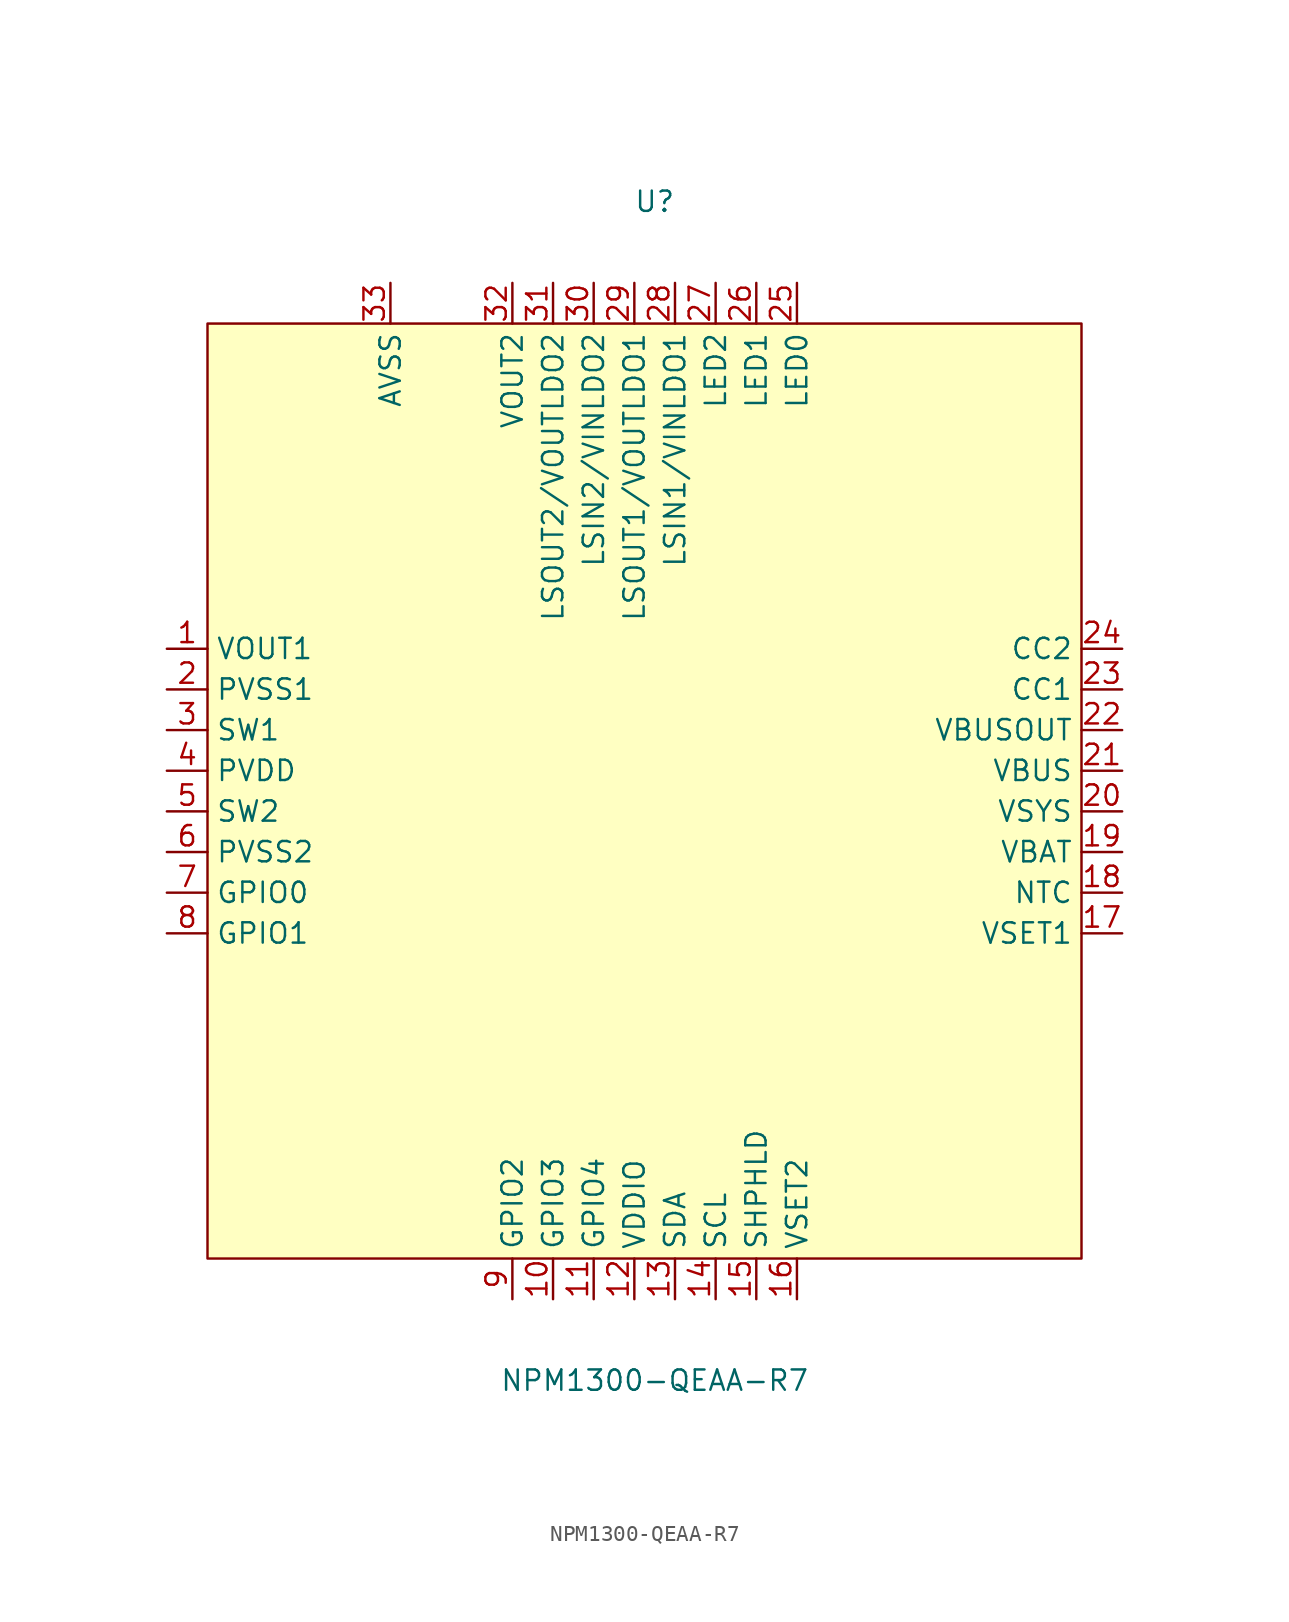
<source format=kicad_sym>
(kicad_symbol_lib
  (version 20241209)
  (generator "kicad_symbol_editor")
  (generator_version "9.0")
  (symbol "NPM1300-QEAA-R7"
    (property "Reference" "U"
      (at 0 36.83 0)
      (effects (font (size 1.27 1.27))))
    (property "Value" "NPM1300-QEAA-R7"
      (at 0 -36.83 0)
      (effects (font (size 1.27 1.27))))
    (symbol "NPM1300-QEAA-R7_0_1"
      (rectangle (start -27.94 29.21) (end 26.67 -29.21) (stroke (width 0) (type default)) (fill (type background)))
      (pin unspecified line (at -30.48 8.89 0) (length 2.54) (name "VOUT1" (effects (font (size 1.27 1.27)))) (number "1" (effects (font (size 1.27 1.27)))))
      (pin unspecified line (at -30.48 6.35 0) (length 2.54) (name "PVSS1" (effects (font (size 1.27 1.27)))) (number "2" (effects (font (size 1.27 1.27)))))
      (pin unspecified line (at -30.48 3.81 0) (length 2.54) (name "SW1" (effects (font (size 1.27 1.27)))) (number "3" (effects (font (size 1.27 1.27)))))
      (pin unspecified line (at -30.48 1.27 0) (length 2.54) (name "PVDD" (effects (font (size 1.27 1.27)))) (number "4" (effects (font (size 1.27 1.27)))))
      (pin unspecified line (at -30.48 -1.27 0) (length 2.54) (name "SW2" (effects (font (size 1.27 1.27)))) (number "5" (effects (font (size 1.27 1.27)))))
      (pin unspecified line (at -30.48 -3.81 0) (length 2.54) (name "PVSS2" (effects (font (size 1.27 1.27)))) (number "6" (effects (font (size 1.27 1.27)))))
      (pin unspecified line (at -30.48 -6.35 0) (length 2.54) (name "GPIO0" (effects (font (size 1.27 1.27)))) (number "7" (effects (font (size 1.27 1.27)))))
      (pin unspecified line (at -30.48 -8.89 0) (length 2.54) (name "GPIO1" (effects (font (size 1.27 1.27)))) (number "8" (effects (font (size 1.27 1.27)))))
      (pin unspecified line (at -16.51 31.75 270) (length 2.54) (name "AVSS" (effects (font (size 1.27 1.27)))) (number "33" (effects (font (size 1.27 1.27)))))
      (pin unspecified line (at -8.89 31.75 270) (length 2.54) (name "VOUT2" (effects (font (size 1.27 1.27)))) (number "32" (effects (font (size 1.27 1.27)))))
      (pin unspecified line (at -8.89 -31.75 90) (length 2.54) (name "GPIO2" (effects (font (size 1.27 1.27)))) (number "9" (effects (font (size 1.27 1.27)))))
      (pin unspecified line (at -6.35 31.75 270) (length 2.54) (name "LSOUT2/VOUTLDO2" (effects (font (size 1.27 1.27)))) (number "31" (effects (font (size 1.27 1.27)))))
      (pin unspecified line (at -6.35 -31.75 90) (length 2.54) (name "GPIO3" (effects (font (size 1.27 1.27)))) (number "10" (effects (font (size 1.27 1.27)))))
      (pin unspecified line (at -3.81 31.75 270) (length 2.54) (name "LSIN2/VINLDO2" (effects (font (size 1.27 1.27)))) (number "30" (effects (font (size 1.27 1.27)))))
      (pin unspecified line (at -3.81 -31.75 90) (length 2.54) (name "GPIO4" (effects (font (size 1.27 1.27)))) (number "11" (effects (font (size 1.27 1.27)))))
      (pin unspecified line (at -1.27 31.75 270) (length 2.54) (name "LSOUT1/VOUTLDO1" (effects (font (size 1.27 1.27)))) (number "29" (effects (font (size 1.27 1.27)))))
      (pin unspecified line (at -1.27 -31.75 90) (length 2.54) (name "VDDIO" (effects (font (size 1.27 1.27)))) (number "12" (effects (font (size 1.27 1.27)))))
      (pin unspecified line (at 1.27 31.75 270) (length 2.54) (name "LSIN1/VINLDO1" (effects (font (size 1.27 1.27)))) (number "28" (effects (font (size 1.27 1.27)))))
      (pin unspecified line (at 1.27 -31.75 90) (length 2.54) (name "SDA" (effects (font (size 1.27 1.27)))) (number "13" (effects (font (size 1.27 1.27)))))
      (pin unspecified line (at 3.81 31.75 270) (length 2.54) (name "LED2" (effects (font (size 1.27 1.27)))) (number "27" (effects (font (size 1.27 1.27)))))
      (pin unspecified line (at 3.81 -31.75 90) (length 2.54) (name "SCL" (effects (font (size 1.27 1.27)))) (number "14" (effects (font (size 1.27 1.27)))))
      (pin unspecified line (at 6.35 31.75 270) (length 2.54) (name "LED1" (effects (font (size 1.27 1.27)))) (number "26" (effects (font (size 1.27 1.27)))))
      (pin unspecified line (at 6.35 -31.75 90) (length 2.54) (name "SHPHLD" (effects (font (size 1.27 1.27)))) (number "15" (effects (font (size 1.27 1.27)))))
      (pin unspecified line (at 8.89 31.75 270) (length 2.54) (name "LED0" (effects (font (size 1.27 1.27)))) (number "25" (effects (font (size 1.27 1.27)))))
      (pin unspecified line (at 8.89 -31.75 90) (length 2.54) (name "VSET2" (effects (font (size 1.27 1.27)))) (number "16" (effects (font (size 1.27 1.27)))))
      (pin unspecified line (at 29.21 8.89 180) (length 2.54) (name "CC2" (effects (font (size 1.27 1.27)))) (number "24" (effects (font (size 1.27 1.27)))))
      (pin unspecified line (at 29.21 6.35 180) (length 2.54) (name "CC1" (effects (font (size 1.27 1.27)))) (number "23" (effects (font (size 1.27 1.27)))))
      (pin unspecified line (at 29.21 3.81 180) (length 2.54) (name "VBUSOUT" (effects (font (size 1.27 1.27)))) (number "22" (effects (font (size 1.27 1.27)))))
      (pin unspecified line (at 29.21 1.27 180) (length 2.54) (name "VBUS" (effects (font (size 1.27 1.27)))) (number "21" (effects (font (size 1.27 1.27)))))
      (pin unspecified line (at 29.21 -1.27 180) (length 2.54) (name "VSYS" (effects (font (size 1.27 1.27)))) (number "20" (effects (font (size 1.27 1.27)))))
      (pin unspecified line (at 29.21 -3.81 180) (length 2.54) (name "VBAT" (effects (font (size 1.27 1.27)))) (number "19" (effects (font (size 1.27 1.27)))))
      (pin unspecified line (at 29.21 -6.35 180) (length 2.54) (name "NTC" (effects (font (size 1.27 1.27)))) (number "18" (effects (font (size 1.27 1.27)))))
      (pin unspecified line (at 29.21 -8.89 180) (length 2.54) (name "VSET1" (effects (font (size 1.27 1.27)))) (number "17" (effects (font (size 1.27 1.27))))))))
</source>
